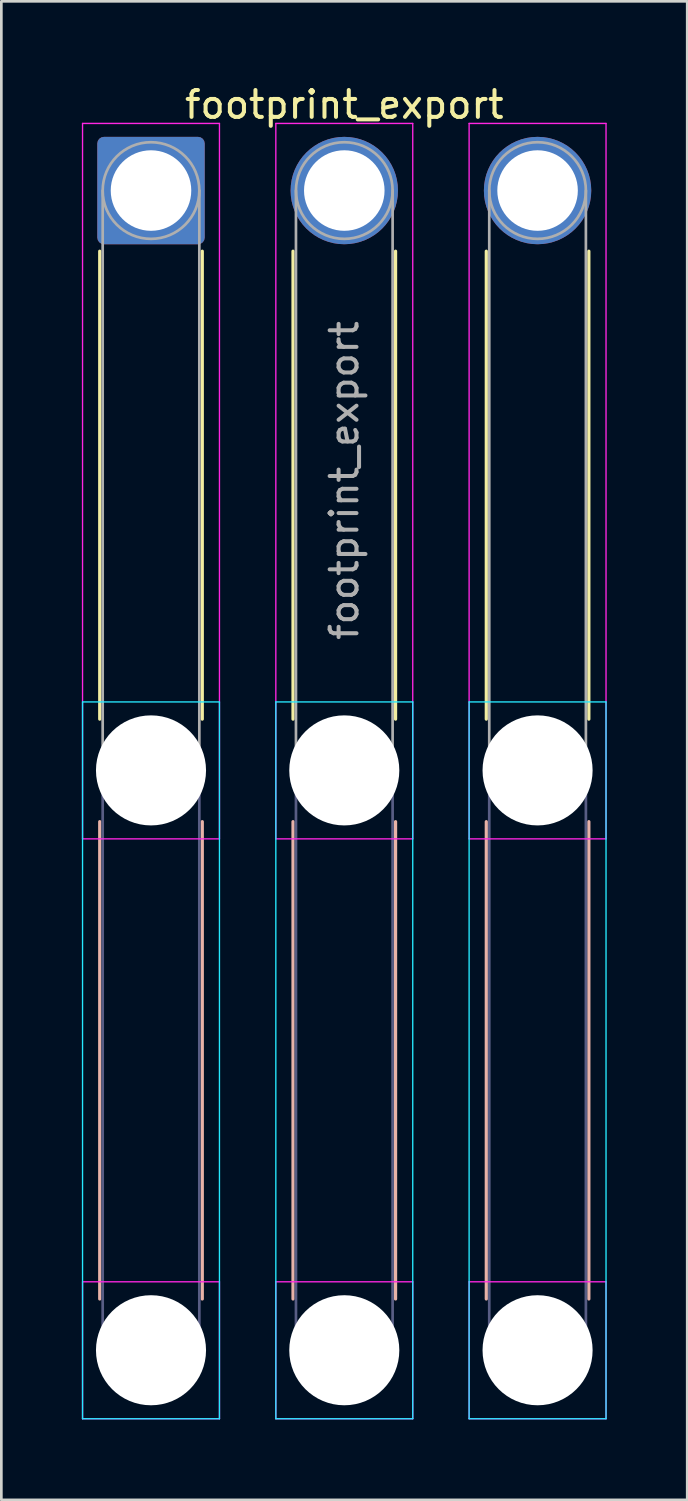
<source format=kicad_pcb>
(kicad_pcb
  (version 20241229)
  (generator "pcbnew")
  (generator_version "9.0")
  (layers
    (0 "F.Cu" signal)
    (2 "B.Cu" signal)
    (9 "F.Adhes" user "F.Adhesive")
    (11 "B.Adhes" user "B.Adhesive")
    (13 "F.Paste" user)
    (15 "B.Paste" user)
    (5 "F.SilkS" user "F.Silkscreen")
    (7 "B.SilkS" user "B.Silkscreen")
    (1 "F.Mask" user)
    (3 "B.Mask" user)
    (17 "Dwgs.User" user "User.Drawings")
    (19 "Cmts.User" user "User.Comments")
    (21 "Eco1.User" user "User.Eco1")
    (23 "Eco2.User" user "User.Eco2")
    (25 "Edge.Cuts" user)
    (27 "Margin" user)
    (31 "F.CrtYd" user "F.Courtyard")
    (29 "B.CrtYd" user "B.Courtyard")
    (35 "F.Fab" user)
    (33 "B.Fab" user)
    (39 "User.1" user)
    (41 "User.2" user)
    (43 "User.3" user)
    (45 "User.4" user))
  (footprint "footprint_export"
    (layer "F.Cu")
    (at 2.575 4.048)
    (property "Reference" "footprint_export" (at 7.2 -3.2 0) (layer "F.SilkS") (effects (font (size 1 1) (thickness 0.15))))
    (attr exclude_from_pos_files exclude_from_bom)
    (fp_line (start -1.91 2.26) (end -1.91 19.69) (stroke (width 0.12) (type solid)) (layer "F.SilkS"))
    (fp_line (start 1.91 2.26) (end 1.91 19.69) (stroke (width 0.12) (type solid)) (layer "F.SilkS"))
    (fp_line (start 5.29 2.26) (end 5.29 19.69) (stroke (width 0.12) (type solid)) (layer "F.SilkS"))
    (fp_line (start 9.11 2.26) (end 9.11 19.69) (stroke (width 0.12) (type solid)) (layer "F.SilkS"))
    (fp_line (start 12.49 2.26) (end 12.49 19.69) (stroke (width 0.12) (type solid)) (layer "F.SilkS"))
    (fp_line (start 16.31 2.26) (end 16.31 19.69) (stroke (width 0.12) (type solid)) (layer "F.SilkS"))
    (fp_line (start -1.91 23.51) (end -1.91 41.29) (stroke (width 0.12) (type solid)) (layer "B.SilkS"))
    (fp_line (start 1.91 23.51) (end 1.91 41.29) (stroke (width 0.12) (type solid)) (layer "B.SilkS"))
    (fp_line (start 5.29 23.51) (end 5.29 41.29) (stroke (width 0.12) (type solid)) (layer "B.SilkS"))
    (fp_line (start 9.11 23.51) (end 9.11 41.29) (stroke (width 0.12) (type solid)) (layer "B.SilkS"))
    (fp_line (start 12.49 23.51) (end 12.49 41.29) (stroke (width 0.12) (type solid)) (layer "B.SilkS"))
    (fp_line (start 16.31 23.51) (end 16.31 41.29) (stroke (width 0.12) (type solid)) (layer "B.SilkS"))
    (fp_line (start -2.55 19.05) (end -2.55 45.75) (stroke (width 0.05) (type solid)) (layer "B.CrtYd"))
    (fp_line (start -2.55 45.75) (end 2.55 45.75) (stroke (width 0.05) (type solid)) (layer "B.CrtYd"))
    (fp_line (start 2.55 19.05) (end -2.55 19.05) (stroke (width 0.05) (type solid)) (layer "B.CrtYd"))
    (fp_line (start 2.55 45.75) (end 2.55 19.05) (stroke (width 0.05) (type solid)) (layer "B.CrtYd"))
    (fp_line (start 4.65 19.05) (end 4.65 45.75) (stroke (width 0.05) (type solid)) (layer "B.CrtYd"))
    (fp_line (start 4.65 45.75) (end 9.75 45.75) (stroke (width 0.05) (type solid)) (layer "B.CrtYd"))
    (fp_line (start 9.75 19.05) (end 4.65 19.05) (stroke (width 0.05) (type solid)) (layer "B.CrtYd"))
    (fp_line (start 9.75 45.75) (end 9.75 19.05) (stroke (width 0.05) (type solid)) (layer "B.CrtYd"))
    (fp_line (start 11.85 19.05) (end 11.85 45.75) (stroke (width 0.05) (type solid)) (layer "B.CrtYd"))
    (fp_line (start 11.85 45.75) (end 16.95 45.75) (stroke (width 0.05) (type solid)) (layer "B.CrtYd"))
    (fp_line (start 16.95 19.05) (end 11.85 19.05) (stroke (width 0.05) (type solid)) (layer "B.CrtYd"))
    (fp_line (start 16.95 45.75) (end 16.95 19.05) (stroke (width 0.05) (type solid)) (layer "B.CrtYd"))
    (fp_line (start -2.55 -2.5) (end -2.55 24.15) (stroke (width 0.05) (type solid)) (layer "F.CrtYd"))
    (fp_line (start -2.55 24.15) (end 2.55 24.15) (stroke (width 0.05) (type solid)) (layer "F.CrtYd"))
    (fp_line (start -2.55 40.65) (end -2.55 45.75) (stroke (width 0.05) (type solid)) (layer "F.CrtYd"))
    (fp_line (start -2.55 45.75) (end 2.55 45.75) (stroke (width 0.05) (type solid)) (layer "F.CrtYd"))
    (fp_line (start 2.55 -2.5) (end -2.55 -2.5) (stroke (width 0.05) (type solid)) (layer "F.CrtYd"))
    (fp_line (start 2.55 24.15) (end 2.55 -2.5) (stroke (width 0.05) (type solid)) (layer "F.CrtYd"))
    (fp_line (start 2.55 40.65) (end -2.55 40.65) (stroke (width 0.05) (type solid)) (layer "F.CrtYd"))
    (fp_line (start 2.55 45.75) (end 2.55 40.65) (stroke (width 0.05) (type solid)) (layer "F.CrtYd"))
    (fp_line (start 4.65 -2.5) (end 4.65 24.15) (stroke (width 0.05) (type solid)) (layer "F.CrtYd"))
    (fp_line (start 4.65 24.15) (end 9.75 24.15) (stroke (width 0.05) (type solid)) (layer "F.CrtYd"))
    (fp_line (start 4.65 40.65) (end 4.65 45.75) (stroke (width 0.05) (type solid)) (layer "F.CrtYd"))
    (fp_line (start 4.65 45.75) (end 9.75 45.75) (stroke (width 0.05) (type solid)) (layer "F.CrtYd"))
    (fp_line (start 9.75 -2.5) (end 4.65 -2.5) (stroke (width 0.05) (type solid)) (layer "F.CrtYd"))
    (fp_line (start 9.75 24.15) (end 9.75 -2.5) (stroke (width 0.05) (type solid)) (layer "F.CrtYd"))
    (fp_line (start 9.75 40.65) (end 4.65 40.65) (stroke (width 0.05) (type solid)) (layer "F.CrtYd"))
    (fp_line (start 9.75 45.75) (end 9.75 40.65) (stroke (width 0.05) (type solid)) (layer "F.CrtYd"))
    (fp_line (start 11.85 -2.5) (end 11.85 24.15) (stroke (width 0.05) (type solid)) (layer "F.CrtYd"))
    (fp_line (start 11.85 24.15) (end 16.95 24.15) (stroke (width 0.05) (type solid)) (layer "F.CrtYd"))
    (fp_line (start 11.85 40.65) (end 11.85 45.75) (stroke (width 0.05) (type solid)) (layer "F.CrtYd"))
    (fp_line (start 11.85 45.75) (end 16.95 45.75) (stroke (width 0.05) (type solid)) (layer "F.CrtYd"))
    (fp_line (start 16.95 -2.5) (end 11.85 -2.5) (stroke (width 0.05) (type solid)) (layer "F.CrtYd"))
    (fp_line (start 16.95 24.15) (end 16.95 -2.5) (stroke (width 0.05) (type solid)) (layer "F.CrtYd"))
    (fp_line (start 16.95 40.65) (end 11.85 40.65) (stroke (width 0.05) (type solid)) (layer "F.CrtYd"))
    (fp_line (start 16.95 45.75) (end 16.95 40.65) (stroke (width 0.05) (type solid)) (layer "F.CrtYd"))
    (fp_line (start -1.8 21.6) (end -1.8 43.2) (stroke (width 0.1) (type solid)) (layer "B.Fab"))
    (fp_line (start 1.8 21.6) (end 1.8 43.2) (stroke (width 0.1) (type solid)) (layer "B.Fab"))
    (fp_line (start 5.4 21.6) (end 5.4 43.2) (stroke (width 0.1) (type solid)) (layer "B.Fab"))
    (fp_line (start 9 21.6) (end 9 43.2) (stroke (width 0.1) (type solid)) (layer "B.Fab"))
    (fp_line (start 12.6 21.6) (end 12.6 43.2) (stroke (width 0.1) (type solid)) (layer "B.Fab"))
    (fp_line (start 16.2 21.6) (end 16.2 43.2) (stroke (width 0.1) (type solid)) (layer "B.Fab"))
    (fp_circle (center 0 21.6) (end 1.8 21.6) (stroke (width 0.1) (type solid)) (fill no) (layer "B.Fab"))
    (fp_circle (center 0 43.2) (end 1.8 43.2) (stroke (width 0.1) (type solid)) (fill no) (layer "B.Fab"))
    (fp_circle (center 7.2 21.6) (end 9 21.6) (stroke (width 0.1) (type solid)) (fill no) (layer "B.Fab"))
    (fp_circle (center 7.2 43.2) (end 9 43.2) (stroke (width 0.1) (type solid)) (fill no) (layer "B.Fab"))
    (fp_circle (center 14.4 21.6) (end 16.2 21.6) (stroke (width 0.1) (type solid)) (fill no) (layer "B.Fab"))
    (fp_circle (center 14.4 43.2) (end 16.2 43.2) (stroke (width 0.1) (type solid)) (fill no) (layer "B.Fab"))
    (fp_line (start -1.8 0) (end -1.8 21.6) (stroke (width 0.1) (type solid)) (layer "F.Fab"))
    (fp_line (start 1.8 0) (end 1.8 21.6) (stroke (width 0.1) (type solid)) (layer "F.Fab"))
    (fp_line (start 5.4 0) (end 5.4 21.6) (stroke (width 0.1) (type solid)) (layer "F.Fab"))
    (fp_line (start 9 0) (end 9 21.6) (stroke (width 0.1) (type solid)) (layer "F.Fab"))
    (fp_line (start 12.6 0) (end 12.6 21.6) (stroke (width 0.1) (type solid)) (layer "F.Fab"))
    (fp_line (start 16.2 0) (end 16.2 21.6) (stroke (width 0.1) (type solid)) (layer "F.Fab"))
    (fp_circle (center 0 0) (end 1.8 0) (stroke (width 0.1) (type solid)) (fill no) (layer "F.Fab"))
    (fp_circle (center 0 21.6) (end 1.8 21.6) (stroke (width 0.1) (type solid)) (fill no) (layer "F.Fab"))
    (fp_circle (center 0 43.2) (end 1.8 43.2) (stroke (width 0.1) (type solid)) (fill no) (layer "F.Fab"))
    (fp_circle (center 7.2 0) (end 9 0) (stroke (width 0.1) (type solid)) (fill no) (layer "F.Fab"))
    (fp_circle (center 7.2 21.6) (end 9 21.6) (stroke (width 0.1) (type solid)) (fill no) (layer "F.Fab"))
    (fp_circle (center 7.2 43.2) (end 9 43.2) (stroke (width 0.1) (type solid)) (fill no) (layer "F.Fab"))
    (fp_circle (center 14.4 0) (end 16.2 0) (stroke (width 0.1) (type solid)) (fill no) (layer "F.Fab"))
    (fp_circle (center 14.4 21.6) (end 16.2 21.6) (stroke (width 0.1) (type solid)) (fill no) (layer "F.Fab"))
    (fp_circle (center 14.4 43.2) (end 16.2 43.2) (stroke (width 0.1) (type solid)) (fill no) (layer "F.Fab"))
    (fp_text user "${REFERENCE}" (at 7.2 10.8 90) (layer "F.Fab") (effects (font (size 1 1) (thickness 0.15))))
    (pad "" np_thru_hole circle (at 0 21.6) (size 4.1 4.1) (drill 4.1) (layers "*.Cu" "*.Mask"))
    (pad "" np_thru_hole circle (at 0 43.2) (size 4.1 4.1) (drill 4.1) (layers "*.Cu" "*.Mask"))
    (pad "" np_thru_hole circle (at 7.2 21.6) (size 4.1 4.1) (drill 4.1) (layers "*.Cu" "*.Mask"))
    (pad "" np_thru_hole circle (at 7.2 43.2) (size 4.1 4.1) (drill 4.1) (layers "*.Cu" "*.Mask"))
    (pad "" np_thru_hole circle (at 14.4 21.6) (size 4.1 4.1) (drill 4.1) (layers "*.Cu" "*.Mask"))
    (pad "" np_thru_hole circle (at 14.4 43.2) (size 4.1 4.1) (drill 4.1) (layers "*.Cu" "*.Mask"))
    (pad "1" thru_hole roundrect (at 0 0) (size 4 4) (drill 3) (layers "*.Cu" "*.Mask") (roundrect_rratio 0.062))
    (pad "2" thru_hole circle (at 7.2 0) (size 4 4) (drill 3) (layers "*.Cu" "*.Mask"))
    (pad "3" thru_hole circle (at 14.4 0) (size 4 4) (drill 3) (layers "*.Cu" "*.Mask")))
  (gr_rect
    (start -3 -3)
    (end 22.55 52.823)
    (stroke (width 0.1) (type default))
    (fill no)
    (layer "Edge.Cuts")))
</source>
